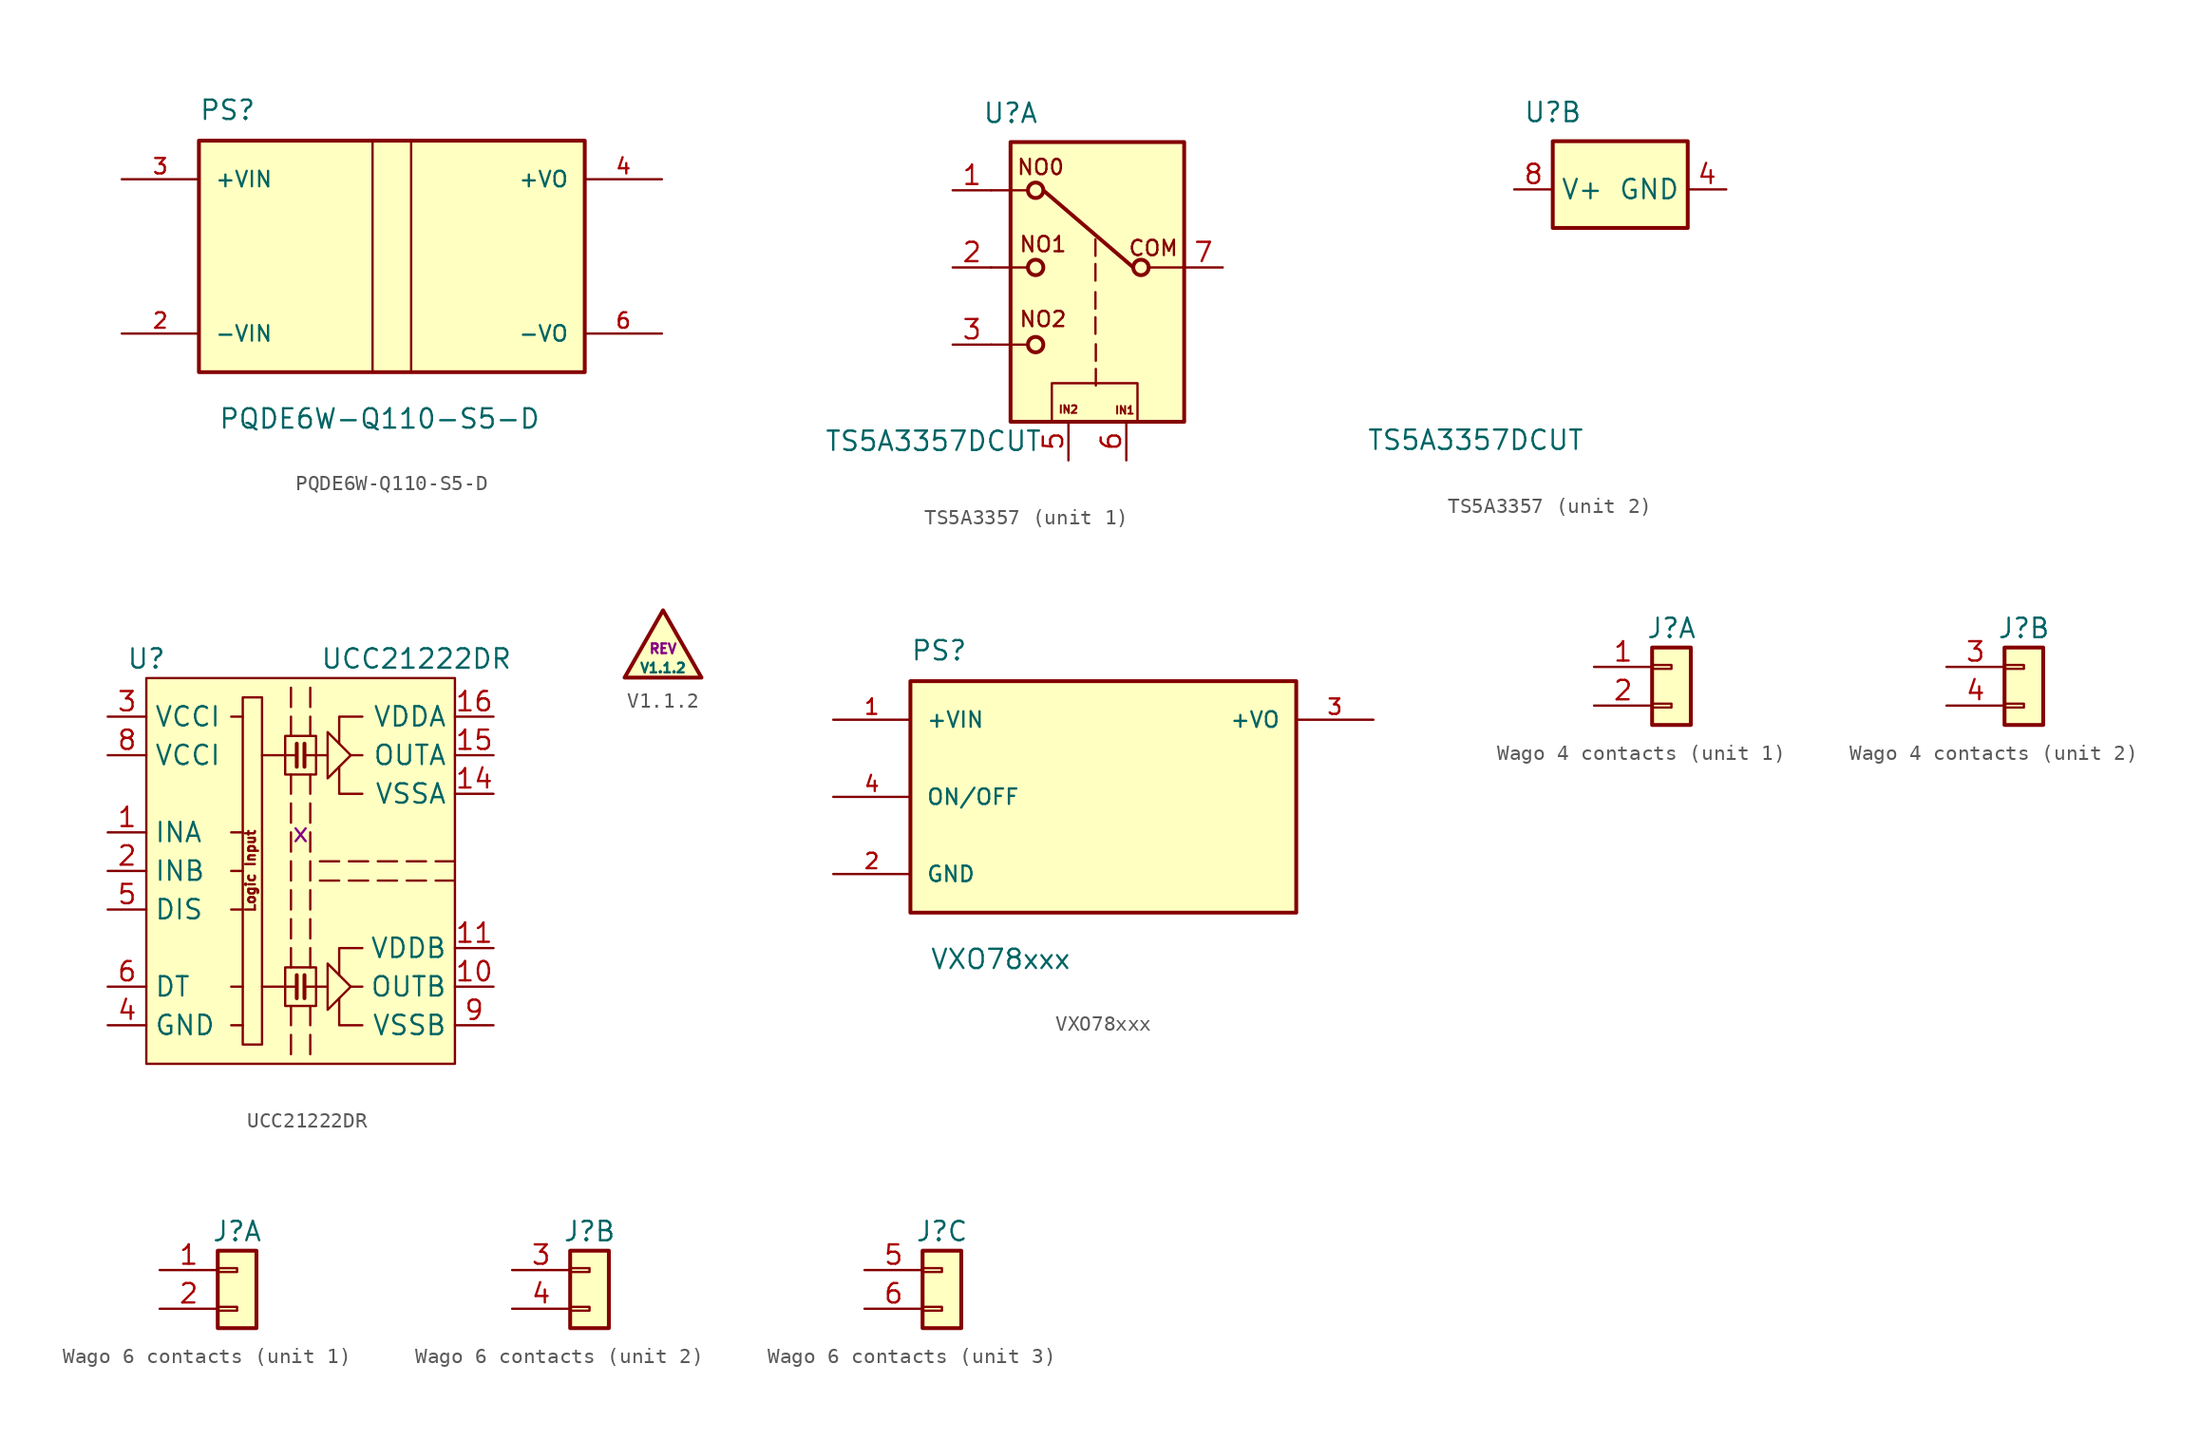
<source format=kicad_sym>
(kicad_symbol_lib
  (version 20220914)
  (generator kicad_symbol_editor)
  (symbol "PQDE6W-Q110-S5-D"
    (pin_names
      (offset 1.016))
    (property "Reference" "PS"
      (at -12.7 8.89 0)
      (effects (font (size 1.27 1.27)) (justify left bottom)))
    (property "Value" "PQDE6W-Q110-S5-D"
      (at -11.43 -11.43 0)
      (effects (font (size 1.27 1.27)) (justify left bottom)))
    (symbol "PQDE6W-Q110-S5-D_0_0"
      (rectangle (start -12.7 -7.62) (end 12.7 7.62) (stroke (width 0.254) (type default)) (fill (type background)))
      (pin input line (at -17.78 -5.08 0) (length 5.08) (name "-VIN" (effects (font (size 1.016 1.016)))) (number "2" (effects (font (size 1.016 1.016)))))
      (pin input line (at -17.78 5.08 0) (length 5.08) (name "+VIN" (effects (font (size 1.016 1.016)))) (number "3" (effects (font (size 1.016 1.016)))))
      (pin output line (at 17.78 5.08 180) (length 5.08) (name "+VO" (effects (font (size 1.016 1.016)))) (number "4" (effects (font (size 1.016 1.016)))))
      (pin output line (at 17.78 -5.08 180) (length 5.08) (name "-VO" (effects (font (size 1.016 1.016)))) (number "6" (effects (font (size 1.016 1.016))))))
    (symbol "PQDE6W-Q110-S5-D_0_1"
      (polyline (pts (xy -1.27 7.62) (xy -1.27 -7.62)) (stroke (width 0) (type default)) (fill (type none)))
      (polyline (pts (xy 1.27 7.62) (xy 1.27 -7.62)) (stroke (width 0) (type default)) (fill (type none)))))
  (symbol "TS5A3357"
    (property "Reference" "U"
      (at 0 1.27 0)
      (effects (font (size 1.27 1.27))))
    (property "Value" "TS5A3357DCUT"
      (at -5.08 -20.32 0)
      (effects (font (size 1.27 1.27))))
    (property "ki_locked" ""
      (at 0 0 0)
      (effects (font (size 1.27 1.27))))
    (symbol "TS5A3357_1_1"
      (rectangle (start 0 -0.635) (end 11.43 -19.05) (stroke (width 0.254) (type default)) (fill (type background)))
      (polyline (pts (xy -1.27 -13.97) (xy 1.016 -13.97)) (stroke (width 0) (type default)) (fill (type none)))
      (polyline (pts (xy -1.27 -8.89) (xy 1.016 -8.89)) (stroke (width 0) (type default)) (fill (type none)))
      (polyline (pts (xy -1.27 -3.81) (xy 1.016 -3.81)) (stroke (width 0) (type default)) (fill (type none)))
      (polyline (pts (xy 5.588 -12.167) (xy 5.588 -13.259)) (stroke (width 0) (type default)) (fill (type none)))
      (polyline (pts (xy 5.588 -10.516) (xy 5.588 -11.608)) (stroke (width 0) (type default)) (fill (type none)))
      (polyline (pts (xy 5.588 -8.661) (xy 5.588 -9.754)) (stroke (width 0) (type default)) (fill (type none)))
      (polyline (pts (xy 5.588 -7.036) (xy 5.588 -8.128)) (stroke (width 0) (type default)) (fill (type none)))
      (polyline (pts (xy 5.613 -15.57) (xy 5.613 -16.662)) (stroke (width 0) (type default)) (fill (type none)))
      (polyline (pts (xy 5.613 -13.945) (xy 5.613 -15.037)) (stroke (width 0) (type default)) (fill (type none)))
      (polyline (pts (xy 8.052 -8.865) (xy 2.21 -3.861)) (stroke (width 0.254) (type default)) (fill (type none)))
      (polyline (pts (xy 11.43 -8.89) (xy 9.144 -8.89)) (stroke (width 0) (type default)) (fill (type none)))
      (circle (center 1.651 -13.97) (radius 0.508) (stroke (width 0.254) (type default)) (fill (type none)))
      (circle (center 1.651 -8.89) (radius 0.508) (stroke (width 0.254) (type default)) (fill (type none)))
      (circle (center 1.651 -3.81) (radius 0.508) (stroke (width 0.254) (type default)) (fill (type none)))
      (rectangle (start 2.718 -16.51) (end 8.357 -19.05) (stroke (width 0) (type default)) (fill (type none)))
      (circle (center 8.585 -8.89) (radius 0.508) (stroke (width 0.254) (type default)) (fill (type none)))
      (text "COM" (at 9.398 -7.62 0) (effects (font (size 1 1))))
      (text "IN1" (at 7.518 -18.288 0) (effects (font (size 0.5 0.5))))
      (text "IN2" (at 3.81 -18.237 0) (effects (font (size 0.5 0.5))))
      (text "NO0" (at 1.981 -2.286 0) (effects (font (size 1 1))))
      (text "NO1" (at 2.134 -7.366 0) (effects (font (size 1 1))))
      (text "NO2" (at 2.134 -12.294 0) (effects (font (size 1 1))))
      (pin passive line (at -3.81 -3.81 0) (length 2.54) (name "~" (effects (font (size 1.27 1.27)))) (number "1" (effects (font (size 1.27 1.27)))))
      (pin passive line (at -3.81 -8.89 0) (length 2.54) (name "~" (effects (font (size 1.27 1.27)))) (number "2" (effects (font (size 1.27 1.27)))))
      (pin passive line (at -3.81 -13.97 0) (length 2.54) (name "~" (effects (font (size 1.27 1.27)))) (number "3" (effects (font (size 1.27 1.27)))))
      (pin passive line (at 3.81 -21.59 90) (length 2.54) (name "~" (effects (font (size 1.27 1.27)))) (number "5" (effects (font (size 1.27 1.27)))))
      (pin passive line (at 7.62 -21.59 90) (length 2.54) (name "~" (effects (font (size 1.27 1.27)))) (number "6" (effects (font (size 1.27 1.27)))))
      (pin passive line (at 13.97 -8.89 180) (length 2.54) (name "~" (effects (font (size 1.27 1.27)))) (number "7" (effects (font (size 1.27 1.27))))))
    (symbol "TS5A3357_2_1"
      (rectangle (start 0 -0.635) (end 8.89 -6.35) (stroke (width 0.254) (type default)) (fill (type background)))
      (pin power_in line (at 11.43 -3.81 180) (length 2.54) (name "GND" (effects (font (size 1.27 1.27)))) (number "4" (effects (font (size 1.27 1.27)))))
      (pin power_in line (at -2.54 -3.81 0) (length 2.54) (name "V+" (effects (font (size 1.27 1.27)))) (number "8" (effects (font (size 1.27 1.27)))))))
  (symbol "UCC21222DR"
    (property "Reference" "U"
      (at -10.16 11.43 0)
      (effects (font (size 1.27 1.27))))
    (property "Value" "UCC21222DR"
      (at 7.62 11.43 0)
      (effects (font (size 1.27 1.27))))
    (property "DNP" "x"
      (at 0 0 0)
      (effects (font (size 1.27 1.27))))
    (symbol "UCC21222DR_0_0"
      (polyline (pts (xy -0.635 3.81) (xy -0.635 2.54)) (stroke (width 0) (type default)) (fill (type none)))
      (polyline (pts (xy -0.635 7.62) (xy -0.635 6.35)) (stroke (width 0) (type default)) (fill (type none)))
      (polyline (pts (xy -0.635 9.525) (xy -0.635 8.255)) (stroke (width 0) (type default)) (fill (type none)))
      (polyline (pts (xy -0.254 -10.16) (xy -2.54 -10.16)) (stroke (width 0) (type default)) (fill (type none)))
      (polyline (pts (xy -0.254 -9.398) (xy -0.254 -10.922)) (stroke (width 0.254) (type default)) (fill (type none)))
      (polyline (pts (xy -0.254 5.08) (xy -2.54 5.08)) (stroke (width 0) (type default)) (fill (type none)))
      (polyline (pts (xy -0.254 5.842) (xy -0.254 4.318)) (stroke (width 0.254) (type default)) (fill (type none)))
      (polyline (pts (xy 0.254 -10.16) (xy 1.778 -10.16)) (stroke (width 0) (type default)) (fill (type none)))
      (polyline (pts (xy 0.254 -9.398) (xy 0.254 -10.922)) (stroke (width 0.254) (type default)) (fill (type none)))
      (polyline (pts (xy 0.254 5.08) (xy 1.778 5.08)) (stroke (width 0) (type default)) (fill (type none)))
      (polyline (pts (xy 0.254 5.842) (xy 0.254 4.318)) (stroke (width 0.254) (type default)) (fill (type none)))
      (polyline (pts (xy 0.635 3.81) (xy 0.635 2.54)) (stroke (width 0) (type default)) (fill (type none)))
      (polyline (pts (xy 0.635 6.35) (xy 0.635 7.62)) (stroke (width 0) (type default)) (fill (type none)))
      (polyline (pts (xy 0.635 8.255) (xy 0.635 9.525)) (stroke (width 0) (type default)) (fill (type none)))
      (polyline (pts (xy 2.54 -3.175) (xy 1.27 -3.175)) (stroke (width 0) (type default)) (fill (type none)))
      (polyline (pts (xy 2.54 -1.905) (xy 1.27 -1.905)) (stroke (width 0) (type default)) (fill (type none)))
      (polyline (pts (xy 4.064 -10.16) (xy 3.302 -10.16)) (stroke (width 0) (type default)) (fill (type none)))
      (polyline (pts (xy 4.064 5.08) (xy 3.302 5.08)) (stroke (width 0) (type default)) (fill (type none)))
      (polyline (pts (xy 4.445 -3.175) (xy 3.175 -3.175)) (stroke (width 0) (type default)) (fill (type none)))
      (polyline (pts (xy 4.445 -1.905) (xy 3.175 -1.905)) (stroke (width 0) (type default)) (fill (type none)))
      (polyline (pts (xy 6.35 -3.175) (xy 5.08 -3.175)) (stroke (width 0) (type default)) (fill (type none)))
      (polyline (pts (xy 6.35 -1.905) (xy 5.08 -1.905)) (stroke (width 0) (type default)) (fill (type none)))
      (polyline (pts (xy 8.255 -3.175) (xy 6.985 -3.175)) (stroke (width 0) (type default)) (fill (type none)))
      (polyline (pts (xy 8.255 -1.905) (xy 6.985 -1.905)) (stroke (width 0) (type default)) (fill (type none)))
      (polyline (pts (xy 10.16 -3.175) (xy 8.89 -3.175)) (stroke (width 0) (type default)) (fill (type none)))
      (polyline (pts (xy 10.16 -1.905) (xy 8.89 -1.905)) (stroke (width 0) (type default)) (fill (type none)))
      (polyline (pts (xy 4.064 -12.7) (xy 2.54 -12.7) (xy 2.54 -10.922)) (stroke (width 0) (type default)) (fill (type none)))
      (polyline (pts (xy 4.064 -7.62) (xy 2.54 -7.62) (xy 2.54 -9.398)) (stroke (width 0) (type default)) (fill (type none)))
      (polyline (pts (xy 4.064 2.54) (xy 2.54 2.54) (xy 2.54 4.318)) (stroke (width 0) (type default)) (fill (type none)))
      (polyline (pts (xy 4.064 7.62) (xy 2.54 7.62) (xy 2.54 5.842)) (stroke (width 0) (type default)) (fill (type none)))
      (polyline (pts (xy 3.302 -10.16) (xy 1.778 -11.684) (xy 1.778 -8.636) (xy 3.302 -10.16)) (stroke (width 0) (type default)) (fill (type none)))
      (polyline (pts (xy 3.302 5.08) (xy 1.778 3.556) (xy 1.778 6.604) (xy 3.302 5.08)) (stroke (width 0) (type default)) (fill (type none)))
      (rectangle (start 1.016 -8.89) (end -1.016 -11.43) (stroke (width 0) (type default)) (fill (type none)))
      (rectangle (start 1.016 6.35) (end -1.016 3.81) (stroke (width 0) (type default)) (fill (type none)))
      (text "Logic Input" (at -3.302 -2.54 900) (effects (font (size 0.635 0.635)))))
    (symbol "UCC21222DR_0_1"
      (rectangle (start -10.16 10.16) (end 10.16 -15.24) (stroke (width 0) (type default)) (fill (type background)))
      (rectangle (start -3.81 8.89) (end -2.54 -13.97) (stroke (width 0) (type default)) (fill (type none)))
      (polyline (pts (xy -3.81 -12.7) (xy -4.572 -12.7)) (stroke (width 0) (type default)) (fill (type none)))
      (polyline (pts (xy -3.81 -10.16) (xy -4.572 -10.16)) (stroke (width 0) (type default)) (fill (type none)))
      (polyline (pts (xy -3.81 -5.08) (xy -4.572 -5.08)) (stroke (width 0) (type default)) (fill (type none)))
      (polyline (pts (xy -3.81 -2.54) (xy -4.572 -2.54)) (stroke (width 0) (type default)) (fill (type none)))
      (polyline (pts (xy -3.81 0) (xy -4.572 0)) (stroke (width 0) (type default)) (fill (type none)))
      (polyline (pts (xy -3.81 7.62) (xy -4.572 7.62)) (stroke (width 0) (type default)) (fill (type none)))
      (polyline (pts (xy -0.635 -13.335) (xy -0.635 -14.605)) (stroke (width 0) (type default)) (fill (type none)))
      (polyline (pts (xy -0.635 -11.43) (xy -0.635 -12.7)) (stroke (width 0) (type default)) (fill (type none)))
      (polyline (pts (xy -0.635 -7.62) (xy -0.635 -8.89)) (stroke (width 0) (type default)) (fill (type none)))
      (polyline (pts (xy -0.635 -5.715) (xy -0.635 -6.985)) (stroke (width 0) (type default)) (fill (type none)))
      (polyline (pts (xy -0.635 -3.81) (xy -0.635 -5.08)) (stroke (width 0) (type default)) (fill (type none)))
      (polyline (pts (xy -0.635 -1.905) (xy -0.635 -3.175)) (stroke (width 0) (type default)) (fill (type none)))
      (polyline (pts (xy -0.635 0) (xy -0.635 -1.27)) (stroke (width 0) (type default)) (fill (type none)))
      (polyline (pts (xy -0.635 1.905) (xy -0.635 0.635)) (stroke (width 0) (type default)) (fill (type none)))
      (polyline (pts (xy 0.635 -13.335) (xy 0.635 -14.605)) (stroke (width 0) (type default)) (fill (type none)))
      (polyline (pts (xy 0.635 -11.43) (xy 0.635 -12.7)) (stroke (width 0) (type default)) (fill (type none)))
      (polyline (pts (xy 0.635 -7.62) (xy 0.635 -8.89)) (stroke (width 0) (type default)) (fill (type none)))
      (polyline (pts (xy 0.635 -5.715) (xy 0.635 -6.985)) (stroke (width 0) (type default)) (fill (type none)))
      (polyline (pts (xy 0.635 -3.81) (xy 0.635 -5.08)) (stroke (width 0) (type default)) (fill (type none)))
      (polyline (pts (xy 0.635 -1.905) (xy 0.635 -3.175)) (stroke (width 0) (type default)) (fill (type none)))
      (polyline (pts (xy 0.635 0) (xy 0.635 -1.27)) (stroke (width 0) (type default)) (fill (type none)))
      (polyline (pts (xy 0.635 1.905) (xy 0.635 0.635)) (stroke (width 0) (type default)) (fill (type none))))
    (symbol "UCC21222DR_1_1"
      (pin input line (at -12.7 0 0) (length 2.54) (name "INA" (effects (font (size 1.27 1.27)))) (number "1" (effects (font (size 1.27 1.27)))))
      (pin output line (at 12.7 -10.16 180) (length 2.54) (name "OUTB" (effects (font (size 1.27 1.27)))) (number "10" (effects (font (size 1.27 1.27)))))
      (pin power_in line (at 12.7 -7.62 180) (length 2.54) (name "VDDB" (effects (font (size 1.27 1.27)))) (number "11" (effects (font (size 1.27 1.27)))))
      (pin no_connect line (at 10.16 -5.08 180) (length 2.54) hide (name "NC" (effects (font (size 1.27 1.27)))) (number "12" (effects (font (size 1.27 1.27)))))
      (pin no_connect line (at 10.16 0 180) (length 2.54) hide (name "NC" (effects (font (size 1.27 1.27)))) (number "13" (effects (font (size 1.27 1.27)))))
      (pin power_in line (at 12.7 2.54 180) (length 2.54) (name "VSSA" (effects (font (size 1.27 1.27)))) (number "14" (effects (font (size 1.27 1.27)))))
      (pin output line (at 12.7 5.08 180) (length 2.54) (name "OUTA" (effects (font (size 1.27 1.27)))) (number "15" (effects (font (size 1.27 1.27)))))
      (pin power_in line (at 12.7 7.62 180) (length 2.54) (name "VDDA" (effects (font (size 1.27 1.27)))) (number "16" (effects (font (size 1.27 1.27)))))
      (pin input line (at -12.7 -2.54 0) (length 2.54) (name "INB" (effects (font (size 1.27 1.27)))) (number "2" (effects (font (size 1.27 1.27)))))
      (pin power_in line (at -12.7 7.62 0) (length 2.54) (name "VCCI" (effects (font (size 1.27 1.27)))) (number "3" (effects (font (size 1.27 1.27)))))
      (pin power_in line (at -12.7 -12.7 0) (length 2.54) (name "GND" (effects (font (size 1.27 1.27)))) (number "4" (effects (font (size 1.27 1.27)))))
      (pin input line (at -12.7 -5.08 0) (length 2.54) (name "DIS" (effects (font (size 1.27 1.27)))) (number "5" (effects (font (size 1.27 1.27)))))
      (pin passive line (at -12.7 -10.16 0) (length 2.54) (name "DT" (effects (font (size 1.27 1.27)))) (number "6" (effects (font (size 1.27 1.27)))))
      (pin no_connect line (at -10.16 -7.62 0) (length 2.54) hide (name "NC" (effects (font (size 1.27 1.27)))) (number "7" (effects (font (size 1.27 1.27)))))
      (pin power_in line (at -12.7 5.08 0) (length 2.54) (name "VCCI" (effects (font (size 1.27 1.27)))) (number "8" (effects (font (size 1.27 1.27)))))
      (pin power_in line (at 12.7 -12.7 180) (length 2.54) (name "VSSB" (effects (font (size 1.27 1.27)))) (number "9" (effects (font (size 1.27 1.27)))))))
  (symbol "V1.1.2"
    (pin_names
      (offset 1.016) hide)
    (property "Reference" "#REV"
      (at -0.127 3.302 0)
      (effects (font (size 0.635 0.635)) hide))
    (property "Value" "V1.1.2"
      (at 0 -1.27 0)
      (effects (font (size 0.635 0.635))))
    (property "REV" "REV"
      (at 0 0 0)
      (effects (font (size 0.635 0.635))))
    (symbol "V1.1.2_0_1"
      (polyline (pts (xy -2.54 -1.905) (xy 2.54 -1.905) (xy 0 2.54) (xy -2.54 -1.905)) (stroke (width 0.254) (type default)) (fill (type background)))))
  (symbol "VXO78xxx"
    (pin_names
      (offset 1.016))
    (property "Reference" "PS"
      (at -12.7 8.89 0)
      (effects (font (size 1.27 1.27)) (justify left bottom)))
    (property "Value" "VXO78xxx"
      (at -11.43 -11.43 0)
      (effects (font (size 1.27 1.27)) (justify left bottom)))
    (property "ki_locked" ""
      (at 0 0 0)
      (effects (font (size 1.27 1.27))))
    (symbol "VXO78xxx_0_0"
      (rectangle (start -12.7 -7.62) (end 12.7 7.62) (stroke (width 0.254) (type default)) (fill (type background)))
      (pin input line (at -17.78 5.08 0) (length 5.08) (name "+VIN" (effects (font (size 1.016 1.016)))) (number "1" (effects (font (size 1.016 1.016)))))
      (pin power_in line (at -17.78 -5.08 0) (length 5.08) (name "GND" (effects (font (size 1.016 1.016)))) (number "2" (effects (font (size 1.016 1.016)))))
      (pin output line (at 17.78 5.08 180) (length 5.08) (name "+VO" (effects (font (size 1.016 1.016)))) (number "3" (effects (font (size 1.016 1.016)))))
      (pin input line (at -17.78 0 0) (length 5.08) (name "ON/OFF" (effects (font (size 1.016 1.016)))) (number "4" (effects (font (size 1.016 1.016)))))))
  (symbol "Wago 4 contacts"
    (pin_names
      (offset 1.016) hide)
    (property "Reference" "J"
      (at 0 2.54 0)
      (effects (font (size 1.27 1.27))))
    (symbol "Wago 4 contacts_1_1"
      (rectangle (start -1.27 -2.413) (end 0 -2.667) (stroke (width 0.152) (type default)) (fill (type none)))
      (rectangle (start -1.27 0.127) (end 0 -0.127) (stroke (width 0.152) (type default)) (fill (type none)))
      (rectangle (start -1.27 1.27) (end 1.27 -3.81) (stroke (width 0.254) (type default)) (fill (type background)))
      (pin passive line (at -5.08 0 0) (length 3.81) (name "Pin_1" (effects (font (size 1.27 1.27)))) (number "1" (effects (font (size 1.27 1.27)))))
      (pin passive line (at -5.08 -2.54 0) (length 3.81) (name "Pin_2" (effects (font (size 1.27 1.27)))) (number "2" (effects (font (size 1.27 1.27))))))
    (symbol "Wago 4 contacts_2_1"
      (rectangle (start -1.27 -2.413) (end 0 -2.667) (stroke (width 0.152) (type default)) (fill (type none)))
      (rectangle (start -1.27 0.127) (end 0 -0.127) (stroke (width 0.152) (type default)) (fill (type none)))
      (rectangle (start -1.27 1.27) (end 1.27 -3.81) (stroke (width 0.254) (type default)) (fill (type background)))
      (pin passive line (at -5.08 0 0) (length 3.81) (name "Pin_1" (effects (font (size 1.27 1.27)))) (number "3" (effects (font (size 1.27 1.27)))))
      (pin passive line (at -5.08 -2.54 0) (length 3.81) (name "Pin_2" (effects (font (size 1.27 1.27)))) (number "4" (effects (font (size 1.27 1.27)))))))
  (symbol "Wago 6 contacts"
    (pin_names
      (offset 1.016) hide)
    (property "Reference" "J"
      (at 0 2.54 0)
      (effects (font (size 1.27 1.27))))
    (symbol "Wago 6 contacts_1_1"
      (rectangle (start -1.27 -2.413) (end 0 -2.667) (stroke (width 0.152) (type default)) (fill (type none)))
      (rectangle (start -1.27 0.127) (end 0 -0.127) (stroke (width 0.152) (type default)) (fill (type none)))
      (rectangle (start -1.27 1.27) (end 1.27 -3.81) (stroke (width 0.254) (type default)) (fill (type background)))
      (pin passive line (at -5.08 0 0) (length 3.81) (name "Pin_1" (effects (font (size 1.27 1.27)))) (number "1" (effects (font (size 1.27 1.27)))))
      (pin passive line (at -5.08 -2.54 0) (length 3.81) (name "Pin_2" (effects (font (size 1.27 1.27)))) (number "2" (effects (font (size 1.27 1.27))))))
    (symbol "Wago 6 contacts_2_1"
      (rectangle (start -1.27 -2.413) (end 0 -2.667) (stroke (width 0.152) (type default)) (fill (type none)))
      (rectangle (start -1.27 0.127) (end 0 -0.127) (stroke (width 0.152) (type default)) (fill (type none)))
      (rectangle (start -1.27 1.27) (end 1.27 -3.81) (stroke (width 0.254) (type default)) (fill (type background)))
      (pin passive line (at -5.08 0 0) (length 3.81) (name "Pin_1" (effects (font (size 1.27 1.27)))) (number "3" (effects (font (size 1.27 1.27)))))
      (pin passive line (at -5.08 -2.54 0) (length 3.81) (name "Pin_2" (effects (font (size 1.27 1.27)))) (number "4" (effects (font (size 1.27 1.27))))))
    (symbol "Wago 6 contacts_3_1"
      (rectangle (start -1.27 -2.413) (end 0 -2.667) (stroke (width 0.152) (type default)) (fill (type none)))
      (rectangle (start -1.27 0.127) (end 0 -0.127) (stroke (width 0.152) (type default)) (fill (type none)))
      (rectangle (start -1.27 1.27) (end 1.27 -3.81) (stroke (width 0.254) (type default)) (fill (type background)))
      (pin passive line (at -5.08 0 0) (length 3.81) (name "Pin_1" (effects (font (size 1.27 1.27)))) (number "5" (effects (font (size 1.27 1.27)))))
      (pin passive line (at -5.08 -2.54 0) (length 3.81) (name "Pin_2" (effects (font (size 1.27 1.27)))) (number "6" (effects (font (size 1.27 1.27))))))))
</source>
